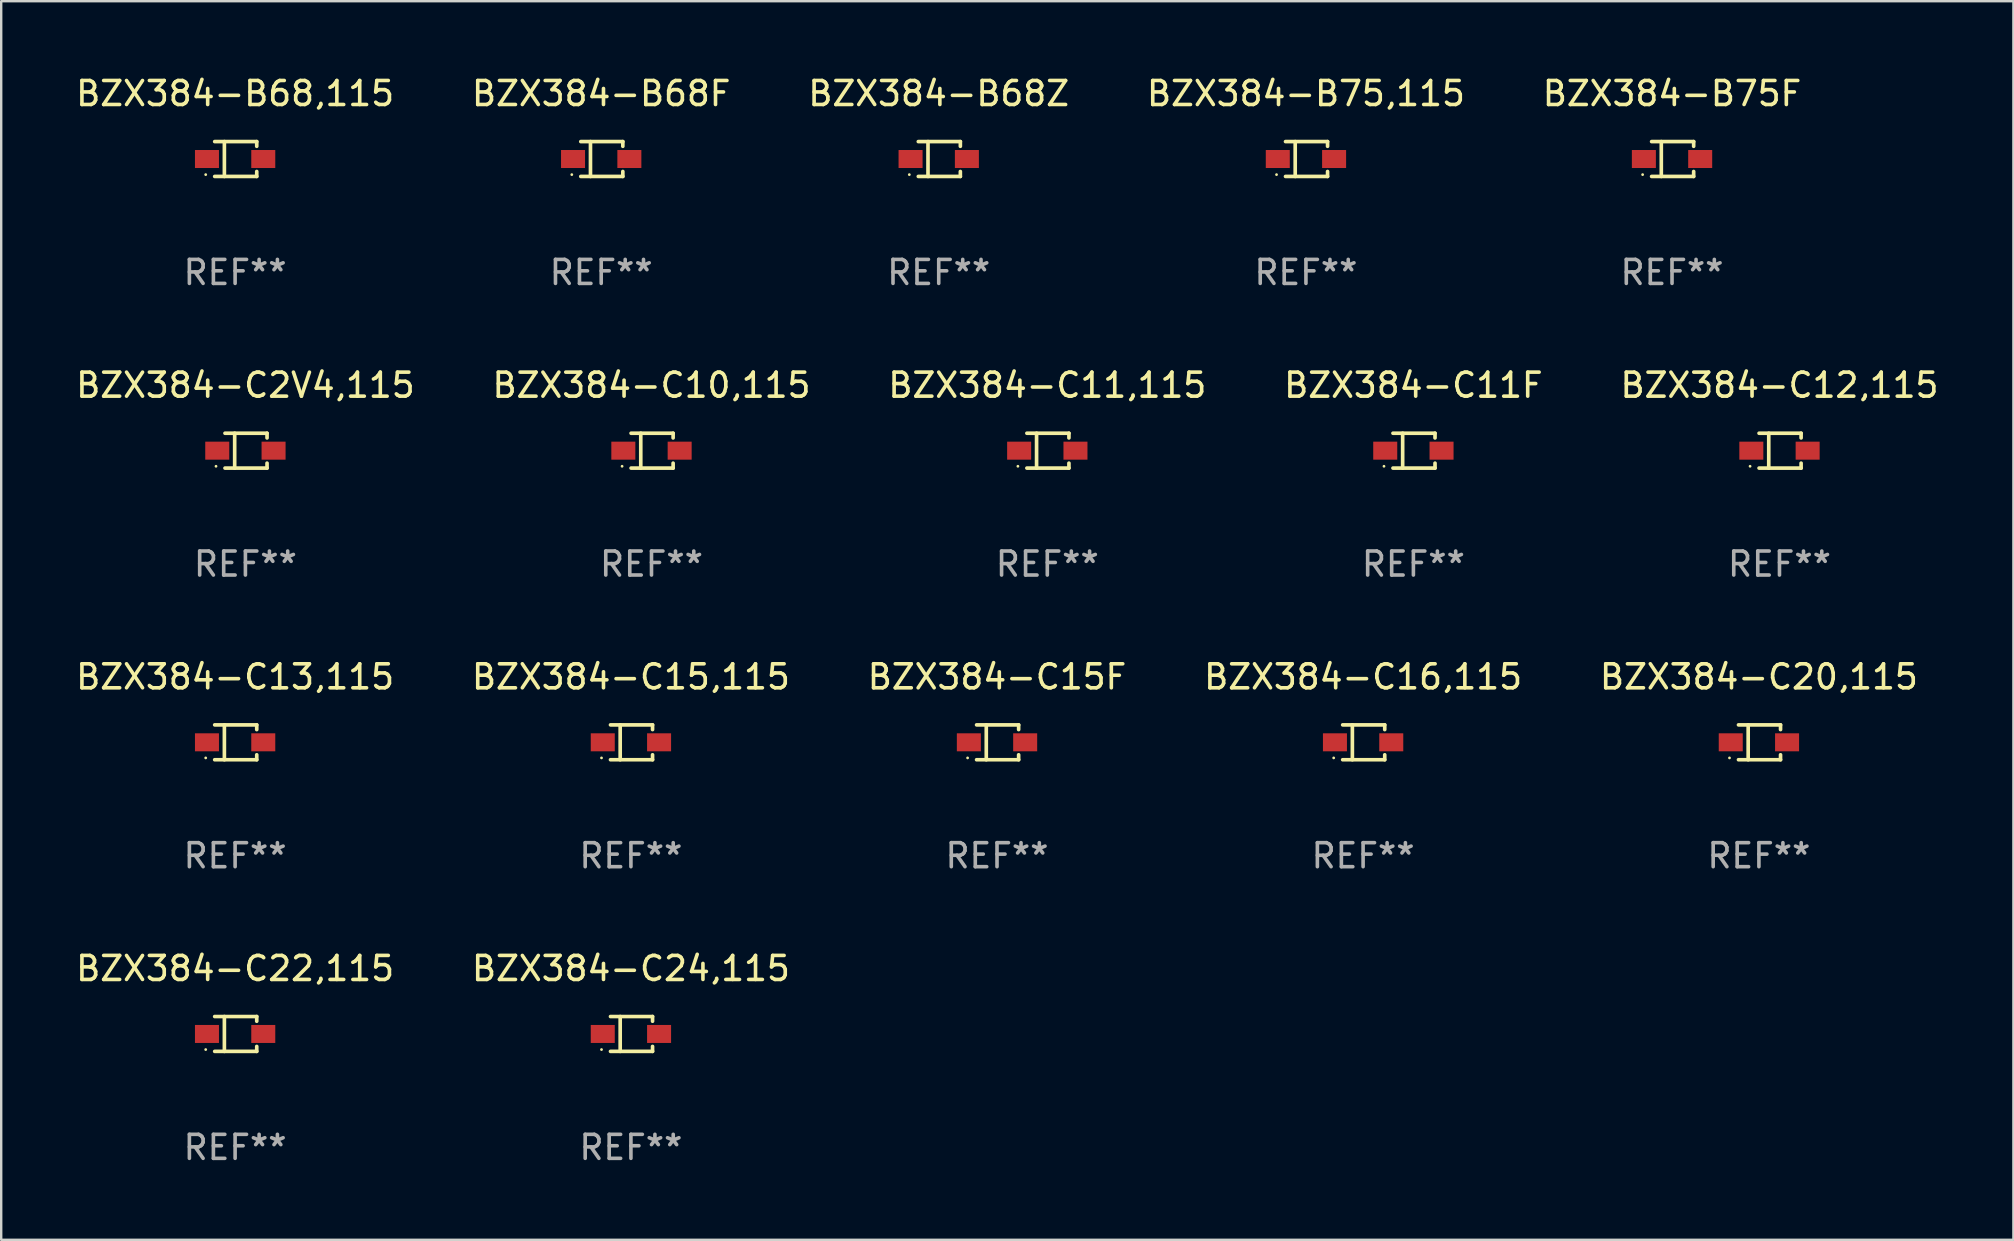
<source format=kicad_pcb>
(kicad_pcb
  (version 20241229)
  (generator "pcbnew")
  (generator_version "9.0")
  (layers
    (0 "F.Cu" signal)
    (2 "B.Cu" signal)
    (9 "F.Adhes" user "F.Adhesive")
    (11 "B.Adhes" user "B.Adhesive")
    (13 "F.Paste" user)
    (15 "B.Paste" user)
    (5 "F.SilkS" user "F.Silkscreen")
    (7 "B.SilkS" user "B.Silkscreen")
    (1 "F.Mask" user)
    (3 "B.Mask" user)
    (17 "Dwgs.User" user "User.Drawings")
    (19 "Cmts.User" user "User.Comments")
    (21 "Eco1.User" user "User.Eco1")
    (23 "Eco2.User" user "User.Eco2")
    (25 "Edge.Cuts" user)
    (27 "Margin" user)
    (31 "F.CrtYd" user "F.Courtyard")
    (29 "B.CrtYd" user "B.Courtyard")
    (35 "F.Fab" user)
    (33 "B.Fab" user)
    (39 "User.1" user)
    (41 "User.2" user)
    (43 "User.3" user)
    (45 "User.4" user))
  (footprint "BZX384-C22,115"
    (layer "F.Cu")
    (at 6.744 40.021)
    (property "Reference" "BZX384-C22,115" (at 0 -2.726 0) (layer "F.SilkS") (effects (font (size 1 1) (thickness 0.15))))
    (attr through_hole)
    (fp_line (start -0.851 -0.726) (end 0.901 -0.726) (stroke (width 0.152) (type solid)) (layer "F.SilkS"))
    (fp_line (start -0.851 0.726) (end 0.901 0.726) (stroke (width 0.152) (type solid)) (layer "F.SilkS"))
    (fp_line (start -0.447 -0.726) (end -0.447 0.726) (stroke (width 0.152) (type solid)) (layer "F.SilkS"))
    (fp_line (start 0.901 -0.726) (end 0.901 -0.53) (stroke (width 0.152) (type solid)) (layer "F.SilkS"))
    (fp_line (start 0.901 0.726) (end 0.901 0.52) (stroke (width 0.152) (type solid)) (layer "F.SilkS"))
    (fp_circle (center -1.225 0.65) (end -1.195 0.65) (stroke (width 0.06) (type solid)) (fill no) (layer "F.SilkS"))
    (fp_text user "REF**" (at 0 4.726 0) (layer "F.Fab") (effects (font (size 1 1) (thickness 0.15))))
    (pad "1" smd rect (at -1.173 0) (size 1 0.75) (layers "F.Cu" "F.Mask" "F.Paste"))
    (pad "2" smd rect (at 1.173 0) (size 1 0.75) (layers "F.Cu" "F.Mask" "F.Paste")))
  (footprint "BZX384-C15F"
    (layer "F.Cu")
    (at 38.482 27.872)
    (property "Reference" "BZX384-C15F" (at 0 -2.726 0) (layer "F.SilkS") (effects (font (size 1 1) (thickness 0.15))))
    (attr through_hole)
    (fp_line (start -0.851 -0.726) (end 0.901 -0.726) (stroke (width 0.152) (type solid)) (layer "F.SilkS"))
    (fp_line (start -0.851 0.726) (end 0.901 0.726) (stroke (width 0.152) (type solid)) (layer "F.SilkS"))
    (fp_line (start -0.447 -0.726) (end -0.447 0.726) (stroke (width 0.152) (type solid)) (layer "F.SilkS"))
    (fp_line (start 0.901 -0.726) (end 0.901 -0.53) (stroke (width 0.152) (type solid)) (layer "F.SilkS"))
    (fp_line (start 0.901 0.726) (end 0.901 0.52) (stroke (width 0.152) (type solid)) (layer "F.SilkS"))
    (fp_circle (center -1.225 0.65) (end -1.195 0.65) (stroke (width 0.06) (type solid)) (fill no) (layer "F.SilkS"))
    (fp_text user "REF**" (at 0 4.726 0) (layer "F.Fab") (effects (font (size 1 1) (thickness 0.15))))
    (pad "1" smd rect (at -1.173 0) (size 1 0.75) (layers "F.Cu" "F.Mask" "F.Paste"))
    (pad "2" smd rect (at 1.173 0) (size 1 0.75) (layers "F.Cu" "F.Mask" "F.Paste")))
  (footprint "BZX384-C13,115"
    (layer "F.Cu")
    (at 6.744 27.872)
    (property "Reference" "BZX384-C13,115" (at 0 -2.726 0) (layer "F.SilkS") (effects (font (size 1 1) (thickness 0.15))))
    (attr through_hole)
    (fp_line (start -0.851 -0.726) (end 0.901 -0.726) (stroke (width 0.152) (type solid)) (layer "F.SilkS"))
    (fp_line (start -0.851 0.726) (end 0.901 0.726) (stroke (width 0.152) (type solid)) (layer "F.SilkS"))
    (fp_line (start -0.447 -0.726) (end -0.447 0.726) (stroke (width 0.152) (type solid)) (layer "F.SilkS"))
    (fp_line (start 0.901 -0.726) (end 0.901 -0.53) (stroke (width 0.152) (type solid)) (layer "F.SilkS"))
    (fp_line (start 0.901 0.726) (end 0.901 0.52) (stroke (width 0.152) (type solid)) (layer "F.SilkS"))
    (fp_circle (center -1.225 0.65) (end -1.195 0.65) (stroke (width 0.06) (type solid)) (fill no) (layer "F.SilkS"))
    (fp_text user "REF**" (at 0 4.726 0) (layer "F.Fab") (effects (font (size 1 1) (thickness 0.15))))
    (pad "1" smd rect (at -1.173 0) (size 1 0.75) (layers "F.Cu" "F.Mask" "F.Paste"))
    (pad "2" smd rect (at 1.173 0) (size 1 0.75) (layers "F.Cu" "F.Mask" "F.Paste")))
  (footprint "BZX384-C16,115"
    (layer "F.Cu")
    (at 53.732 27.872)
    (property "Reference" "BZX384-C16,115" (at 0 -2.726 0) (layer "F.SilkS") (effects (font (size 1 1) (thickness 0.15))))
    (attr through_hole)
    (fp_line (start -0.851 -0.726) (end 0.901 -0.726) (stroke (width 0.152) (type solid)) (layer "F.SilkS"))
    (fp_line (start -0.851 0.726) (end 0.901 0.726) (stroke (width 0.152) (type solid)) (layer "F.SilkS"))
    (fp_line (start -0.447 -0.726) (end -0.447 0.726) (stroke (width 0.152) (type solid)) (layer "F.SilkS"))
    (fp_line (start 0.901 -0.726) (end 0.901 -0.53) (stroke (width 0.152) (type solid)) (layer "F.SilkS"))
    (fp_line (start 0.901 0.726) (end 0.901 0.52) (stroke (width 0.152) (type solid)) (layer "F.SilkS"))
    (fp_circle (center -1.225 0.65) (end -1.195 0.65) (stroke (width 0.06) (type solid)) (fill no) (layer "F.SilkS"))
    (fp_text user "REF**" (at 0 4.726 0) (layer "F.Fab") (effects (font (size 1 1) (thickness 0.15))))
    (pad "1" smd rect (at -1.173 0) (size 1 0.75) (layers "F.Cu" "F.Mask" "F.Paste"))
    (pad "2" smd rect (at 1.173 0) (size 1 0.75) (layers "F.Cu" "F.Mask" "F.Paste")))
  (footprint "BZX384-B68Z"
    (layer "F.Cu")
    (at 36.054 3.574)
    (property "Reference" "BZX384-B68Z" (at 0 -2.726 0) (layer "F.SilkS") (effects (font (size 1 1) (thickness 0.15))))
    (attr through_hole)
    (fp_line (start -0.851 -0.726) (end 0.901 -0.726) (stroke (width 0.152) (type solid)) (layer "F.SilkS"))
    (fp_line (start -0.851 0.726) (end 0.901 0.726) (stroke (width 0.152) (type solid)) (layer "F.SilkS"))
    (fp_line (start -0.447 -0.726) (end -0.447 0.726) (stroke (width 0.152) (type solid)) (layer "F.SilkS"))
    (fp_line (start 0.901 -0.726) (end 0.901 -0.53) (stroke (width 0.152) (type solid)) (layer "F.SilkS"))
    (fp_line (start 0.901 0.726) (end 0.901 0.52) (stroke (width 0.152) (type solid)) (layer "F.SilkS"))
    (fp_circle (center -1.225 0.65) (end -1.195 0.65) (stroke (width 0.06) (type solid)) (fill no) (layer "F.SilkS"))
    (fp_text user "REF**" (at 0 4.726 0) (layer "F.Fab") (effects (font (size 1 1) (thickness 0.15))))
    (pad "1" smd rect (at -1.173 0) (size 1 0.75) (layers "F.Cu" "F.Mask" "F.Paste"))
    (pad "2" smd rect (at 1.173 0) (size 1 0.75) (layers "F.Cu" "F.Mask" "F.Paste")))
  (footprint "BZX384-C11,115"
    (layer "F.Cu")
    (at 40.577 15.723)
    (property "Reference" "BZX384-C11,115" (at 0 -2.726 0) (layer "F.SilkS") (effects (font (size 1 1) (thickness 0.15))))
    (attr through_hole)
    (fp_line (start -0.851 -0.726) (end 0.901 -0.726) (stroke (width 0.152) (type solid)) (layer "F.SilkS"))
    (fp_line (start -0.851 0.726) (end 0.901 0.726) (stroke (width 0.152) (type solid)) (layer "F.SilkS"))
    (fp_line (start -0.447 -0.726) (end -0.447 0.726) (stroke (width 0.152) (type solid)) (layer "F.SilkS"))
    (fp_line (start 0.901 -0.726) (end 0.901 -0.53) (stroke (width 0.152) (type solid)) (layer "F.SilkS"))
    (fp_line (start 0.901 0.726) (end 0.901 0.52) (stroke (width 0.152) (type solid)) (layer "F.SilkS"))
    (fp_circle (center -1.225 0.65) (end -1.195 0.65) (stroke (width 0.06) (type solid)) (fill no) (layer "F.SilkS"))
    (fp_text user "REF**" (at 0 4.726 0) (layer "F.Fab") (effects (font (size 1 1) (thickness 0.15))))
    (pad "1" smd rect (at -1.173 0) (size 1 0.75) (layers "F.Cu" "F.Mask" "F.Paste"))
    (pad "2" smd rect (at 1.173 0) (size 1 0.75) (layers "F.Cu" "F.Mask" "F.Paste")))
  (footprint "BZX384-C2V4,115"
    (layer "F.Cu")
    (at 7.173 15.723)
    (property "Reference" "BZX384-C2V4,115" (at 0 -2.726 0) (layer "F.SilkS") (effects (font (size 1 1) (thickness 0.15))))
    (attr through_hole)
    (fp_line (start -0.851 -0.726) (end 0.901 -0.726) (stroke (width 0.152) (type solid)) (layer "F.SilkS"))
    (fp_line (start -0.851 0.726) (end 0.901 0.726) (stroke (width 0.152) (type solid)) (layer "F.SilkS"))
    (fp_line (start -0.447 -0.726) (end -0.447 0.726) (stroke (width 0.152) (type solid)) (layer "F.SilkS"))
    (fp_line (start 0.901 -0.726) (end 0.901 -0.53) (stroke (width 0.152) (type solid)) (layer "F.SilkS"))
    (fp_line (start 0.901 0.726) (end 0.901 0.52) (stroke (width 0.152) (type solid)) (layer "F.SilkS"))
    (fp_circle (center -1.225 0.65) (end -1.195 0.65) (stroke (width 0.06) (type solid)) (fill no) (layer "F.SilkS"))
    (fp_text user "REF**" (at 0 4.726 0) (layer "F.Fab") (effects (font (size 1 1) (thickness 0.15))))
    (pad "1" smd rect (at -1.173 0) (size 1 0.75) (layers "F.Cu" "F.Mask" "F.Paste"))
    (pad "2" smd rect (at 1.173 0) (size 1 0.75) (layers "F.Cu" "F.Mask" "F.Paste")))
  (footprint "BZX384-C24,115"
    (layer "F.Cu")
    (at 23.232 40.021)
    (property "Reference" "BZX384-C24,115" (at 0 -2.726 0) (layer "F.SilkS") (effects (font (size 1 1) (thickness 0.15))))
    (attr through_hole)
    (fp_line (start -0.851 -0.726) (end 0.901 -0.726) (stroke (width 0.152) (type solid)) (layer "F.SilkS"))
    (fp_line (start -0.851 0.726) (end 0.901 0.726) (stroke (width 0.152) (type solid)) (layer "F.SilkS"))
    (fp_line (start -0.447 -0.726) (end -0.447 0.726) (stroke (width 0.152) (type solid)) (layer "F.SilkS"))
    (fp_line (start 0.901 -0.726) (end 0.901 -0.53) (stroke (width 0.152) (type solid)) (layer "F.SilkS"))
    (fp_line (start 0.901 0.726) (end 0.901 0.52) (stroke (width 0.152) (type solid)) (layer "F.SilkS"))
    (fp_circle (center -1.225 0.65) (end -1.195 0.65) (stroke (width 0.06) (type solid)) (fill no) (layer "F.SilkS"))
    (fp_text user "REF**" (at 0 4.726 0) (layer "F.Fab") (effects (font (size 1 1) (thickness 0.15))))
    (pad "1" smd rect (at -1.173 0) (size 1 0.75) (layers "F.Cu" "F.Mask" "F.Paste"))
    (pad "2" smd rect (at 1.173 0) (size 1 0.75) (layers "F.Cu" "F.Mask" "F.Paste")))
  (footprint "BZX384-B68,115"
    (layer "F.Cu")
    (at 6.744 3.574)
    (property "Reference" "BZX384-B68,115" (at 0 -2.726 0) (layer "F.SilkS") (effects (font (size 1 1) (thickness 0.15))))
    (attr through_hole)
    (fp_line (start -0.851 -0.726) (end 0.901 -0.726) (stroke (width 0.152) (type solid)) (layer "F.SilkS"))
    (fp_line (start -0.851 0.726) (end 0.901 0.726) (stroke (width 0.152) (type solid)) (layer "F.SilkS"))
    (fp_line (start -0.447 -0.726) (end -0.447 0.726) (stroke (width 0.152) (type solid)) (layer "F.SilkS"))
    (fp_line (start 0.901 -0.726) (end 0.901 -0.53) (stroke (width 0.152) (type solid)) (layer "F.SilkS"))
    (fp_line (start 0.901 0.726) (end 0.901 0.52) (stroke (width 0.152) (type solid)) (layer "F.SilkS"))
    (fp_circle (center -1.225 0.65) (end -1.195 0.65) (stroke (width 0.06) (type solid)) (fill no) (layer "F.SilkS"))
    (fp_text user "REF**" (at 0 4.726 0) (layer "F.Fab") (effects (font (size 1 1) (thickness 0.15))))
    (pad "1" smd rect (at -1.173 0) (size 1 0.75) (layers "F.Cu" "F.Mask" "F.Paste"))
    (pad "2" smd rect (at 1.173 0) (size 1 0.75) (layers "F.Cu" "F.Mask" "F.Paste")))
  (footprint "BZX384-C12,115"
    (layer "F.Cu")
    (at 71.077 15.723)
    (property "Reference" "BZX384-C12,115" (at 0 -2.726 0) (layer "F.SilkS") (effects (font (size 1 1) (thickness 0.15))))
    (attr through_hole)
    (fp_line (start -0.851 -0.726) (end 0.901 -0.726) (stroke (width 0.152) (type solid)) (layer "F.SilkS"))
    (fp_line (start -0.851 0.726) (end 0.901 0.726) (stroke (width 0.152) (type solid)) (layer "F.SilkS"))
    (fp_line (start -0.447 -0.726) (end -0.447 0.726) (stroke (width 0.152) (type solid)) (layer "F.SilkS"))
    (fp_line (start 0.901 -0.726) (end 0.901 -0.53) (stroke (width 0.152) (type solid)) (layer "F.SilkS"))
    (fp_line (start 0.901 0.726) (end 0.901 0.52) (stroke (width 0.152) (type solid)) (layer "F.SilkS"))
    (fp_circle (center -1.225 0.65) (end -1.195 0.65) (stroke (width 0.06) (type solid)) (fill no) (layer "F.SilkS"))
    (fp_text user "REF**" (at 0 4.726 0) (layer "F.Fab") (effects (font (size 1 1) (thickness 0.15))))
    (pad "1" smd rect (at -1.173 0) (size 1 0.75) (layers "F.Cu" "F.Mask" "F.Paste"))
    (pad "2" smd rect (at 1.173 0) (size 1 0.75) (layers "F.Cu" "F.Mask" "F.Paste")))
  (footprint "BZX384-B75,115"
    (layer "F.Cu")
    (at 51.351 3.574)
    (property "Reference" "BZX384-B75,115" (at 0 -2.726 0) (layer "F.SilkS") (effects (font (size 1 1) (thickness 0.15))))
    (attr through_hole)
    (fp_line (start -0.851 -0.726) (end 0.901 -0.726) (stroke (width 0.152) (type solid)) (layer "F.SilkS"))
    (fp_line (start -0.851 0.726) (end 0.901 0.726) (stroke (width 0.152) (type solid)) (layer "F.SilkS"))
    (fp_line (start -0.447 -0.726) (end -0.447 0.726) (stroke (width 0.152) (type solid)) (layer "F.SilkS"))
    (fp_line (start 0.901 -0.726) (end 0.901 -0.53) (stroke (width 0.152) (type solid)) (layer "F.SilkS"))
    (fp_line (start 0.901 0.726) (end 0.901 0.52) (stroke (width 0.152) (type solid)) (layer "F.SilkS"))
    (fp_circle (center -1.225 0.65) (end -1.195 0.65) (stroke (width 0.06) (type solid)) (fill no) (layer "F.SilkS"))
    (fp_text user "REF**" (at 0 4.726 0) (layer "F.Fab") (effects (font (size 1 1) (thickness 0.15))))
    (pad "1" smd rect (at -1.173 0) (size 1 0.75) (layers "F.Cu" "F.Mask" "F.Paste"))
    (pad "2" smd rect (at 1.173 0) (size 1 0.75) (layers "F.Cu" "F.Mask" "F.Paste")))
  (footprint "BZX384-B75F"
    (layer "F.Cu")
    (at 66.601 3.574)
    (property "Reference" "BZX384-B75F" (at 0 -2.726 0) (layer "F.SilkS") (effects (font (size 1 1) (thickness 0.15))))
    (attr through_hole)
    (fp_line (start -0.851 -0.726) (end 0.901 -0.726) (stroke (width 0.152) (type solid)) (layer "F.SilkS"))
    (fp_line (start -0.851 0.726) (end 0.901 0.726) (stroke (width 0.152) (type solid)) (layer "F.SilkS"))
    (fp_line (start -0.447 -0.726) (end -0.447 0.726) (stroke (width 0.152) (type solid)) (layer "F.SilkS"))
    (fp_line (start 0.901 -0.726) (end 0.901 -0.53) (stroke (width 0.152) (type solid)) (layer "F.SilkS"))
    (fp_line (start 0.901 0.726) (end 0.901 0.52) (stroke (width 0.152) (type solid)) (layer "F.SilkS"))
    (fp_circle (center -1.225 0.65) (end -1.195 0.65) (stroke (width 0.06) (type solid)) (fill no) (layer "F.SilkS"))
    (fp_text user "REF**" (at 0 4.726 0) (layer "F.Fab") (effects (font (size 1 1) (thickness 0.15))))
    (pad "1" smd rect (at -1.173 0) (size 1 0.75) (layers "F.Cu" "F.Mask" "F.Paste"))
    (pad "2" smd rect (at 1.173 0) (size 1 0.75) (layers "F.Cu" "F.Mask" "F.Paste")))
  (footprint "BZX384-C11F"
    (layer "F.Cu")
    (at 55.827 15.723)
    (property "Reference" "BZX384-C11F" (at 0 -2.726 0) (layer "F.SilkS") (effects (font (size 1 1) (thickness 0.15))))
    (attr through_hole)
    (fp_line (start -0.851 -0.726) (end 0.901 -0.726) (stroke (width 0.152) (type solid)) (layer "F.SilkS"))
    (fp_line (start -0.851 0.726) (end 0.901 0.726) (stroke (width 0.152) (type solid)) (layer "F.SilkS"))
    (fp_line (start -0.447 -0.726) (end -0.447 0.726) (stroke (width 0.152) (type solid)) (layer "F.SilkS"))
    (fp_line (start 0.901 -0.726) (end 0.901 -0.53) (stroke (width 0.152) (type solid)) (layer "F.SilkS"))
    (fp_line (start 0.901 0.726) (end 0.901 0.52) (stroke (width 0.152) (type solid)) (layer "F.SilkS"))
    (fp_circle (center -1.225 0.65) (end -1.195 0.65) (stroke (width 0.06) (type solid)) (fill no) (layer "F.SilkS"))
    (fp_text user "REF**" (at 0 4.726 0) (layer "F.Fab") (effects (font (size 1 1) (thickness 0.15))))
    (pad "1" smd rect (at -1.173 0) (size 1 0.75) (layers "F.Cu" "F.Mask" "F.Paste"))
    (pad "2" smd rect (at 1.173 0) (size 1 0.75) (layers "F.Cu" "F.Mask" "F.Paste")))
  (footprint "BZX384-C15,115"
    (layer "F.Cu")
    (at 23.232 27.872)
    (property "Reference" "BZX384-C15,115" (at 0 -2.726 0) (layer "F.SilkS") (effects (font (size 1 1) (thickness 0.15))))
    (attr through_hole)
    (fp_line (start -0.851 -0.726) (end 0.901 -0.726) (stroke (width 0.152) (type solid)) (layer "F.SilkS"))
    (fp_line (start -0.851 0.726) (end 0.901 0.726) (stroke (width 0.152) (type solid)) (layer "F.SilkS"))
    (fp_line (start -0.447 -0.726) (end -0.447 0.726) (stroke (width 0.152) (type solid)) (layer "F.SilkS"))
    (fp_line (start 0.901 -0.726) (end 0.901 -0.53) (stroke (width 0.152) (type solid)) (layer "F.SilkS"))
    (fp_line (start 0.901 0.726) (end 0.901 0.52) (stroke (width 0.152) (type solid)) (layer "F.SilkS"))
    (fp_circle (center -1.225 0.65) (end -1.195 0.65) (stroke (width 0.06) (type solid)) (fill no) (layer "F.SilkS"))
    (fp_text user "REF**" (at 0 4.726 0) (layer "F.Fab") (effects (font (size 1 1) (thickness 0.15))))
    (pad "1" smd rect (at -1.173 0) (size 1 0.75) (layers "F.Cu" "F.Mask" "F.Paste"))
    (pad "2" smd rect (at 1.173 0) (size 1 0.75) (layers "F.Cu" "F.Mask" "F.Paste")))
  (footprint "BZX384-C10,115"
    (layer "F.Cu")
    (at 24.089 15.723)
    (property "Reference" "BZX384-C10,115" (at 0 -2.726 0) (layer "F.SilkS") (effects (font (size 1 1) (thickness 0.15))))
    (attr through_hole)
    (fp_line (start -0.851 -0.726) (end 0.901 -0.726) (stroke (width 0.152) (type solid)) (layer "F.SilkS"))
    (fp_line (start -0.851 0.726) (end 0.901 0.726) (stroke (width 0.152) (type solid)) (layer "F.SilkS"))
    (fp_line (start -0.447 -0.726) (end -0.447 0.726) (stroke (width 0.152) (type solid)) (layer "F.SilkS"))
    (fp_line (start 0.901 -0.726) (end 0.901 -0.53) (stroke (width 0.152) (type solid)) (layer "F.SilkS"))
    (fp_line (start 0.901 0.726) (end 0.901 0.52) (stroke (width 0.152) (type solid)) (layer "F.SilkS"))
    (fp_circle (center -1.225 0.65) (end -1.195 0.65) (stroke (width 0.06) (type solid)) (fill no) (layer "F.SilkS"))
    (fp_text user "REF**" (at 0 4.726 0) (layer "F.Fab") (effects (font (size 1 1) (thickness 0.15))))
    (pad "1" smd rect (at -1.173 0) (size 1 0.75) (layers "F.Cu" "F.Mask" "F.Paste"))
    (pad "2" smd rect (at 1.173 0) (size 1 0.75) (layers "F.Cu" "F.Mask" "F.Paste")))
  (footprint "BZX384-C20,115"
    (layer "F.Cu")
    (at 70.22 27.872)
    (property "Reference" "BZX384-C20,115" (at 0 -2.726 0) (layer "F.SilkS") (effects (font (size 1 1) (thickness 0.15))))
    (attr through_hole)
    (fp_line (start -0.851 -0.726) (end 0.901 -0.726) (stroke (width 0.152) (type solid)) (layer "F.SilkS"))
    (fp_line (start -0.851 0.726) (end 0.901 0.726) (stroke (width 0.152) (type solid)) (layer "F.SilkS"))
    (fp_line (start -0.447 -0.726) (end -0.447 0.726) (stroke (width 0.152) (type solid)) (layer "F.SilkS"))
    (fp_line (start 0.901 -0.726) (end 0.901 -0.53) (stroke (width 0.152) (type solid)) (layer "F.SilkS"))
    (fp_line (start 0.901 0.726) (end 0.901 0.52) (stroke (width 0.152) (type solid)) (layer "F.SilkS"))
    (fp_circle (center -1.225 0.65) (end -1.195 0.65) (stroke (width 0.06) (type solid)) (fill no) (layer "F.SilkS"))
    (fp_text user "REF**" (at 0 4.726 0) (layer "F.Fab") (effects (font (size 1 1) (thickness 0.15))))
    (pad "1" smd rect (at -1.173 0) (size 1 0.75) (layers "F.Cu" "F.Mask" "F.Paste"))
    (pad "2" smd rect (at 1.173 0) (size 1 0.75) (layers "F.Cu" "F.Mask" "F.Paste")))
  (footprint "BZX384-B68F"
    (layer "F.Cu")
    (at 21.994 3.574)
    (property "Reference" "BZX384-B68F" (at 0 -2.726 0) (layer "F.SilkS") (effects (font (size 1 1) (thickness 0.15))))
    (attr through_hole)
    (fp_line (start -0.851 -0.726) (end 0.901 -0.726) (stroke (width 0.152) (type solid)) (layer "F.SilkS"))
    (fp_line (start -0.851 0.726) (end 0.901 0.726) (stroke (width 0.152) (type solid)) (layer "F.SilkS"))
    (fp_line (start -0.447 -0.726) (end -0.447 0.726) (stroke (width 0.152) (type solid)) (layer "F.SilkS"))
    (fp_line (start 0.901 -0.726) (end 0.901 -0.53) (stroke (width 0.152) (type solid)) (layer "F.SilkS"))
    (fp_line (start 0.901 0.726) (end 0.901 0.52) (stroke (width 0.152) (type solid)) (layer "F.SilkS"))
    (fp_circle (center -1.225 0.65) (end -1.195 0.65) (stroke (width 0.06) (type solid)) (fill no) (layer "F.SilkS"))
    (fp_text user "REF**" (at 0 4.726 0) (layer "F.Fab") (effects (font (size 1 1) (thickness 0.15))))
    (pad "1" smd rect (at -1.173 0) (size 1 0.75) (layers "F.Cu" "F.Mask" "F.Paste"))
    (pad "2" smd rect (at 1.173 0) (size 1 0.75) (layers "F.Cu" "F.Mask" "F.Paste")))
  (gr_rect
    (start -3 -3)
    (end 80.821 48.596)
    (stroke (width 0.1) (type default))
    (fill no)
    (layer "Edge.Cuts")))
</source>
